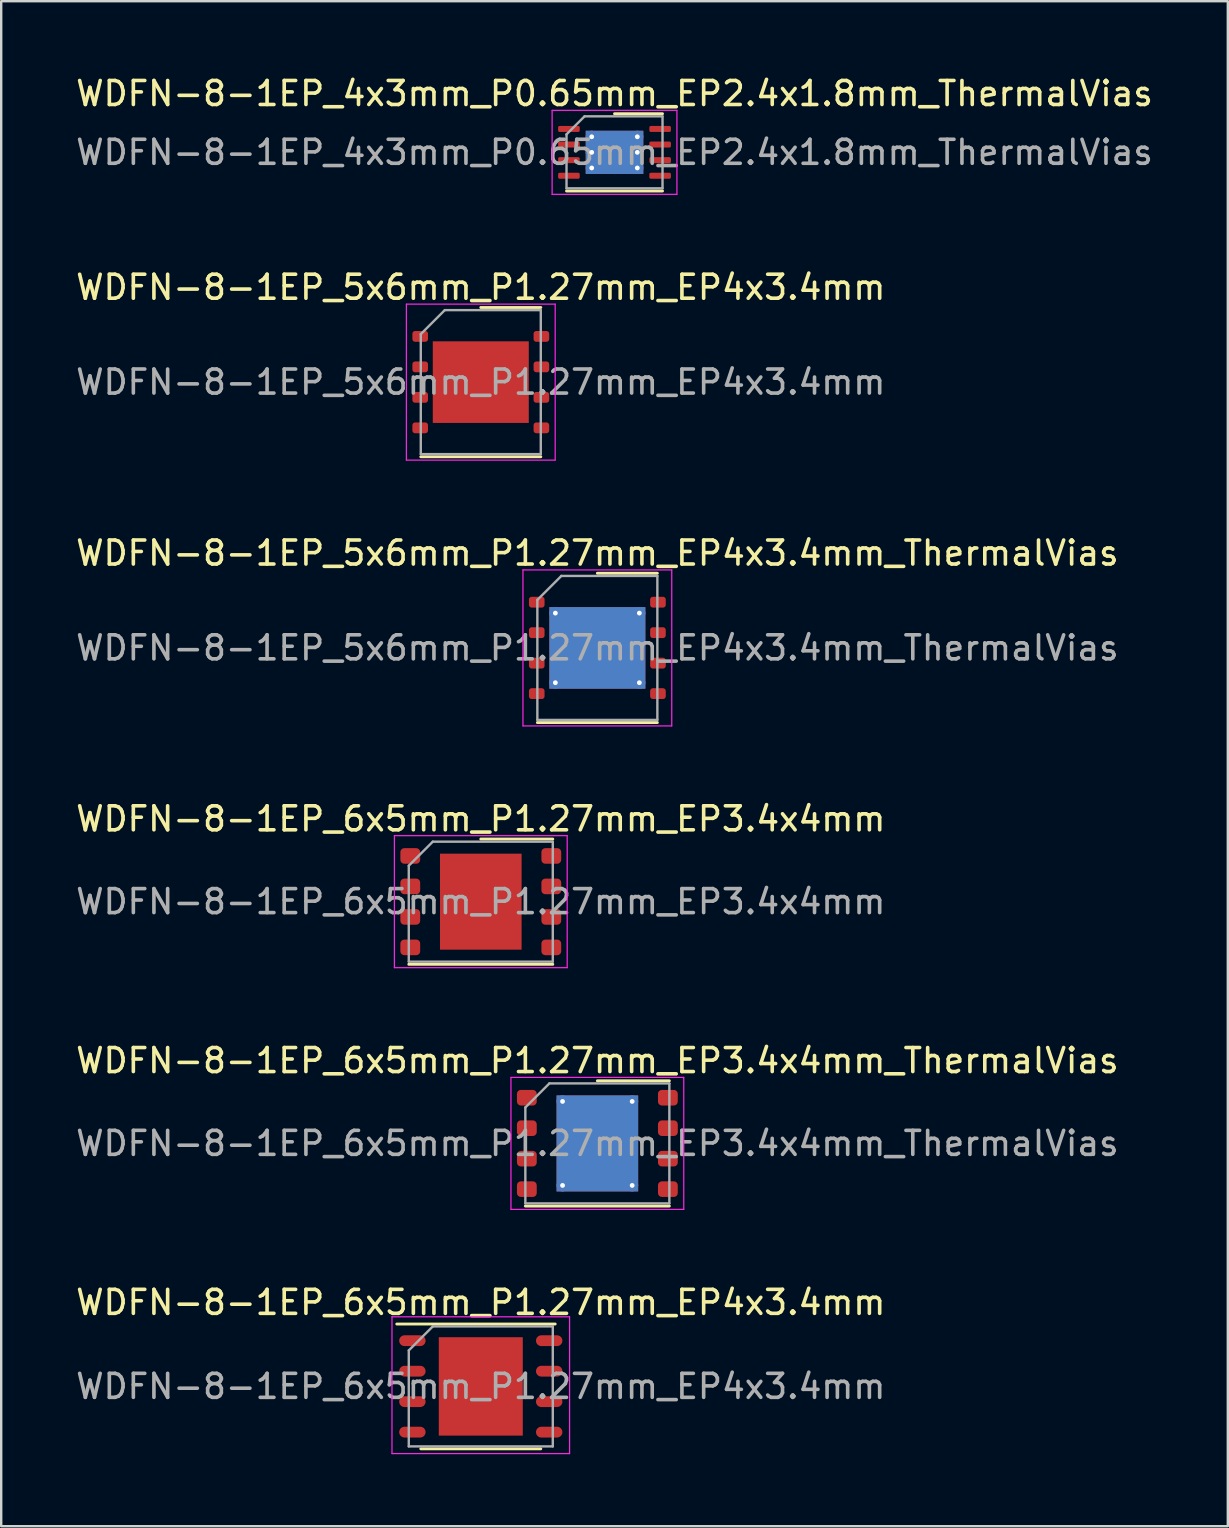
<source format=kicad_pcb>
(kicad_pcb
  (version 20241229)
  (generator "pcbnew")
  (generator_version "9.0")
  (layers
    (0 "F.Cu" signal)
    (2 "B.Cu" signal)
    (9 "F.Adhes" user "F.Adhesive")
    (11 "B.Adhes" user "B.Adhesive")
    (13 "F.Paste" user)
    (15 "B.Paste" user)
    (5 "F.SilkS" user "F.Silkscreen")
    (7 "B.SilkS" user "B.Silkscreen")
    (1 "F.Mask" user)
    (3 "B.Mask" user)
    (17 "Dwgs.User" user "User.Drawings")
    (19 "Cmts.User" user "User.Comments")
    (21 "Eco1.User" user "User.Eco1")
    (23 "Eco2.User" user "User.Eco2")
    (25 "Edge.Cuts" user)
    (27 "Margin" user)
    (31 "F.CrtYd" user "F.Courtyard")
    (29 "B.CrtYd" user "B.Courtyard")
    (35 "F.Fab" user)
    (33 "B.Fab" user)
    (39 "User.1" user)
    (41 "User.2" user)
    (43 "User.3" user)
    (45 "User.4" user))
  (footprint "WDFN-8-1EP_6x5mm_P1.27mm_EP3.4x4mm_ThermalVias"
    (layer "F.Cu")
    (at 21.839 44.591)
    (property "Reference" "WDFN-8-1EP_6x5mm_P1.27mm_EP3.4x4mm_ThermalVias" (at 0 -3.45 0) (layer "F.SilkS") (effects (font (size 1 1) (thickness 0.15))))
    (attr smd)
    (fp_line (start -3 2.61) (end 3 2.61) (stroke (width 0.12) (type solid)) (layer "F.SilkS"))
    (fp_line (start 0 -2.61) (end 3 -2.61) (stroke (width 0.12) (type solid)) (layer "F.SilkS"))
    (fp_line (start -3.6 -2.75) (end -3.6 2.75) (stroke (width 0.05) (type solid)) (layer "F.CrtYd"))
    (fp_line (start -3.6 2.75) (end 3.6 2.75) (stroke (width 0.05) (type solid)) (layer "F.CrtYd"))
    (fp_line (start 3.6 -2.75) (end -3.6 -2.75) (stroke (width 0.05) (type solid)) (layer "F.CrtYd"))
    (fp_line (start 3.6 2.75) (end 3.6 -2.75) (stroke (width 0.05) (type solid)) (layer "F.CrtYd"))
    (fp_line (start -3 -1.5) (end -2 -2.5) (stroke (width 0.1) (type solid)) (layer "F.Fab"))
    (fp_line (start -3 2.5) (end -3 -1.5) (stroke (width 0.1) (type solid)) (layer "F.Fab"))
    (fp_line (start -2 -2.5) (end 3 -2.5) (stroke (width 0.1) (type solid)) (layer "F.Fab"))
    (fp_line (start 3 -2.5) (end 3 2.5) (stroke (width 0.1) (type solid)) (layer "F.Fab"))
    (fp_line (start 3 2.5) (end -3 2.5) (stroke (width 0.1) (type solid)) (layer "F.Fab"))
    (fp_text user "${REFERENCE}" (at 0 0 0) (layer "F.Fab") (effects (font (size 1 1) (thickness 0.15))))
    (pad "" smd roundrect (at -0.85 -1) (size 1.47 1.73) (layers "F.Paste") (roundrect_rratio 0.17))
    (pad "" smd roundrect (at -0.85 1) (size 1.47 1.73) (layers "F.Paste") (roundrect_rratio 0.17))
    (pad "" smd roundrect (at 0.85 -1) (size 1.47 1.73) (layers "F.Paste") (roundrect_rratio 0.17))
    (pad "" smd roundrect (at 0.85 1) (size 1.47 1.73) (layers "F.Paste") (roundrect_rratio 0.17))
    (pad "1" smd roundrect (at -2.938 -1.905) (size 0.825 0.65) (layers "F.Cu" "F.Mask" "F.Paste") (roundrect_rratio 0.25))
    (pad "2" smd roundrect (at -2.938 -0.635) (size 0.825 0.65) (layers "F.Cu" "F.Mask" "F.Paste") (roundrect_rratio 0.25))
    (pad "3" smd roundrect (at -2.938 0.635) (size 0.825 0.65) (layers "F.Cu" "F.Mask" "F.Paste") (roundrect_rratio 0.25))
    (pad "4" smd roundrect (at -2.938 1.905) (size 0.825 0.65) (layers "F.Cu" "F.Mask" "F.Paste") (roundrect_rratio 0.25))
    (pad "5" smd roundrect (at 2.938 1.905) (size 0.825 0.65) (layers "F.Cu" "F.Mask" "F.Paste") (roundrect_rratio 0.25))
    (pad "6" smd roundrect (at 2.938 0.635) (size 0.825 0.65) (layers "F.Cu" "F.Mask" "F.Paste") (roundrect_rratio 0.25))
    (pad "7" smd roundrect (at 2.938 -0.635) (size 0.825 0.65) (layers "F.Cu" "F.Mask" "F.Paste") (roundrect_rratio 0.25))
    (pad "8" smd roundrect (at 2.938 -1.905) (size 0.825 0.65) (layers "F.Cu" "F.Mask" "F.Paste") (roundrect_rratio 0.25))
    (pad "9" thru_hole circle (at -1.45 -1.75) (size 0.5 0.5) (drill 0.2) (layers "*.Cu"))
    (pad "9" thru_hole circle (at -1.45 1.75) (size 0.5 0.5) (drill 0.2) (layers "*.Cu"))
    (pad "9" smd rect (at 0 0) (size 3.4 4) (layers "F.Cu" "F.Mask"))
    (pad "9" smd rect (at 0 0) (size 3.4 4) (layers "B.Cu"))
    (pad "9" thru_hole circle (at 1.45 -1.75) (size 0.5 0.5) (drill 0.2) (layers "*.Cu"))
    (pad "9" thru_hole circle (at 1.45 1.75) (size 0.5 0.5) (drill 0.2) (layers "*.Cu")))
  (footprint "WDFN-8-1EP_5x6mm_P1.27mm_EP4x3.4mm_ThermalVias"
    (layer "F.Cu")
    (at 21.839 23.945)
    (property "Reference" "WDFN-8-1EP_5x6mm_P1.27mm_EP4x3.4mm_ThermalVias" (at 0 -3.95 0) (layer "F.SilkS") (effects (font (size 1 1) (thickness 0.15))))
    (attr smd)
    (fp_line (start -2.5 3.11) (end 2.5 3.11) (stroke (width 0.12) (type solid)) (layer "F.SilkS"))
    (fp_line (start 0 -3.11) (end 2.5 -3.11) (stroke (width 0.12) (type solid)) (layer "F.SilkS"))
    (fp_line (start -3.1 -3.25) (end -3.1 3.25) (stroke (width 0.05) (type solid)) (layer "F.CrtYd"))
    (fp_line (start -3.1 3.25) (end 3.1 3.25) (stroke (width 0.05) (type solid)) (layer "F.CrtYd"))
    (fp_line (start 3.1 -3.25) (end -3.1 -3.25) (stroke (width 0.05) (type solid)) (layer "F.CrtYd"))
    (fp_line (start 3.1 3.25) (end 3.1 -3.25) (stroke (width 0.05) (type solid)) (layer "F.CrtYd"))
    (fp_line (start -2.5 -2) (end -1.5 -3) (stroke (width 0.1) (type solid)) (layer "F.Fab"))
    (fp_line (start -2.5 3) (end -2.5 -2) (stroke (width 0.1) (type solid)) (layer "F.Fab"))
    (fp_line (start -1.5 -3) (end 2.5 -3) (stroke (width 0.1) (type solid)) (layer "F.Fab"))
    (fp_line (start 2.5 -3) (end 2.5 3) (stroke (width 0.1) (type solid)) (layer "F.Fab"))
    (fp_line (start 2.5 3) (end -2.5 3) (stroke (width 0.1) (type solid)) (layer "F.Fab"))
    (fp_text user "${REFERENCE}" (at 0 0 0) (layer "F.Fab") (effects (font (size 1 1) (thickness 0.15))))
    (pad "" smd roundrect (at -1 -0.85) (size 1.73 1.47) (layers "F.Paste") (roundrect_rratio 0.17))
    (pad "" smd roundrect (at -1 0.85) (size 1.73 1.47) (layers "F.Paste") (roundrect_rratio 0.17))
    (pad "" smd roundrect (at 1 -0.85) (size 1.73 1.47) (layers "F.Paste") (roundrect_rratio 0.17))
    (pad "" smd roundrect (at 1 0.85) (size 1.73 1.47) (layers "F.Paste") (roundrect_rratio 0.17))
    (pad "1" smd roundrect (at -2.525 -1.905) (size 0.65 0.45) (layers "F.Cu" "F.Mask" "F.Paste") (roundrect_rratio 0.25))
    (pad "2" smd roundrect (at -2.525 -0.635) (size 0.65 0.45) (layers "F.Cu" "F.Mask" "F.Paste") (roundrect_rratio 0.25))
    (pad "3" smd roundrect (at -2.525 0.635) (size 0.65 0.45) (layers "F.Cu" "F.Mask" "F.Paste") (roundrect_rratio 0.25))
    (pad "4" smd roundrect (at -2.525 1.905) (size 0.65 0.45) (layers "F.Cu" "F.Mask" "F.Paste") (roundrect_rratio 0.25))
    (pad "5" smd roundrect (at 2.525 1.905) (size 0.65 0.45) (layers "F.Cu" "F.Mask" "F.Paste") (roundrect_rratio 0.25))
    (pad "6" smd roundrect (at 2.525 0.635) (size 0.65 0.45) (layers "F.Cu" "F.Mask" "F.Paste") (roundrect_rratio 0.25))
    (pad "7" smd roundrect (at 2.525 -0.635) (size 0.65 0.45) (layers "F.Cu" "F.Mask" "F.Paste") (roundrect_rratio 0.25))
    (pad "8" smd roundrect (at 2.525 -1.905) (size 0.65 0.45) (layers "F.Cu" "F.Mask" "F.Paste") (roundrect_rratio 0.25))
    (pad "9" thru_hole circle (at -1.75 -1.45) (size 0.5 0.5) (drill 0.2) (layers "*.Cu"))
    (pad "9" thru_hole circle (at -1.75 1.45) (size 0.5 0.5) (drill 0.2) (layers "*.Cu"))
    (pad "9" smd rect (at 0 0) (size 4 3.4) (layers "F.Cu" "F.Mask"))
    (pad "9" smd rect (at 0 0) (size 4 3.4) (layers "B.Cu"))
    (pad "9" thru_hole circle (at 1.75 -1.45) (size 0.5 0.5) (drill 0.2) (layers "*.Cu"))
    (pad "9" thru_hole circle (at 1.75 1.45) (size 0.5 0.5) (drill 0.2) (layers "*.Cu")))
  (footprint "WDFN-8-1EP_4x3mm_P0.65mm_EP2.4x1.8mm_ThermalVias"
    (layer "F.Cu")
    (at 22.554 3.298)
    (property "Reference" "WDFN-8-1EP_4x3mm_P0.65mm_EP2.4x1.8mm_ThermalVias" (at 0 -2.45 0) (layer "F.SilkS") (effects (font (size 1 1) (thickness 0.15))))
    (attr smd)
    (fp_line (start -2 1.61) (end 2 1.61) (stroke (width 0.12) (type solid)) (layer "F.SilkS"))
    (fp_line (start 0 -1.61) (end 2 -1.61) (stroke (width 0.12) (type solid)) (layer "F.SilkS"))
    (fp_line (start -2.6 -1.75) (end -2.6 1.75) (stroke (width 0.05) (type solid)) (layer "F.CrtYd"))
    (fp_line (start -2.6 1.75) (end 2.6 1.75) (stroke (width 0.05) (type solid)) (layer "F.CrtYd"))
    (fp_line (start 2.6 -1.75) (end -2.6 -1.75) (stroke (width 0.05) (type solid)) (layer "F.CrtYd"))
    (fp_line (start 2.6 1.75) (end 2.6 -1.75) (stroke (width 0.05) (type solid)) (layer "F.CrtYd"))
    (fp_line (start -2 -0.75) (end -1.25 -1.5) (stroke (width 0.1) (type solid)) (layer "F.Fab"))
    (fp_line (start -2 1.5) (end -2 -0.75) (stroke (width 0.1) (type solid)) (layer "F.Fab"))
    (fp_line (start -1.25 -1.5) (end 2 -1.5) (stroke (width 0.1) (type solid)) (layer "F.Fab"))
    (fp_line (start 2 -1.5) (end 2 1.5) (stroke (width 0.1) (type solid)) (layer "F.Fab"))
    (fp_line (start 2 1.5) (end -2 1.5) (stroke (width 0.1) (type solid)) (layer "F.Fab"))
    (fp_text user "${REFERENCE}" (at 0 0 0) (layer "F.Fab") (effects (font (size 1 1) (thickness 0.15))))
    (pad "" smd roundrect (at -0.6 -0.45) (size 0.97 0.73) (layers "F.Paste") (roundrect_rratio 0.25))
    (pad "" smd roundrect (at -0.6 0.45) (size 0.97 0.73) (layers "F.Paste") (roundrect_rratio 0.25))
    (pad "" smd roundrect (at 0.6 -0.45) (size 0.97 0.73) (layers "F.Paste") (roundrect_rratio 0.25))
    (pad "" smd roundrect (at 0.6 0.45) (size 0.97 0.73) (layers "F.Paste") (roundrect_rratio 0.25))
    (pad "1" smd roundrect (at -1.9 -0.975) (size 0.9 0.25) (layers "F.Cu" "F.Mask" "F.Paste") (roundrect_rratio 0.25))
    (pad "2" smd roundrect (at -1.9 -0.325) (size 0.9 0.25) (layers "F.Cu" "F.Mask" "F.Paste") (roundrect_rratio 0.25))
    (pad "3" smd roundrect (at -1.9 0.325) (size 0.9 0.25) (layers "F.Cu" "F.Mask" "F.Paste") (roundrect_rratio 0.25))
    (pad "4" smd roundrect (at -1.9 0.975) (size 0.9 0.25) (layers "F.Cu" "F.Mask" "F.Paste") (roundrect_rratio 0.25))
    (pad "5" smd roundrect (at 1.9 0.975) (size 0.9 0.25) (layers "F.Cu" "F.Mask" "F.Paste") (roundrect_rratio 0.25))
    (pad "6" smd roundrect (at 1.9 0.325) (size 0.9 0.25) (layers "F.Cu" "F.Mask" "F.Paste") (roundrect_rratio 0.25))
    (pad "7" smd roundrect (at 1.9 -0.325) (size 0.9 0.25) (layers "F.Cu" "F.Mask" "F.Paste") (roundrect_rratio 0.25))
    (pad "8" smd roundrect (at 1.9 -0.975) (size 0.9 0.25) (layers "F.Cu" "F.Mask" "F.Paste") (roundrect_rratio 0.25))
    (pad "9" thru_hole circle (at -0.95 -0.65) (size 0.5 0.5) (drill 0.2) (layers "*.Cu"))
    (pad "9" thru_hole circle (at -0.95 0) (size 0.5 0.5) (drill 0.2) (layers "*.Cu"))
    (pad "9" thru_hole circle (at -0.95 0.65) (size 0.5 0.5) (drill 0.2) (layers "*.Cu"))
    (pad "9" smd rect (at 0 0) (size 2.4 1.8) (layers "F.Cu" "F.Mask"))
    (pad "9" smd rect (at 0 0) (size 2.4 1.8) (layers "B.Cu"))
    (pad "9" thru_hole circle (at 0.95 -0.65) (size 0.5 0.5) (drill 0.2) (layers "*.Cu"))
    (pad "9" thru_hole circle (at 0.95 0) (size 0.5 0.5) (drill 0.2) (layers "*.Cu"))
    (pad "9" thru_hole circle (at 0.95 0.65) (size 0.5 0.5) (drill 0.2) (layers "*.Cu")))
  (footprint "WDFN-8-1EP_6x5mm_P1.27mm_EP4x3.4mm"
    (layer "F.Cu")
    (at 16.982 54.715)
    (property "Reference" "WDFN-8-1EP_6x5mm_P1.27mm_EP4x3.4mm" (at 0 -3.5 0) (layer "F.SilkS") (effects (font (size 1 1) (thickness 0.15))))
    (attr smd)
    (fp_line (start -3.5 -2.6) (end 3.1 -2.6) (stroke (width 0.12) (type solid)) (layer "F.SilkS"))
    (fp_line (start -2.5 2.6) (end 2.5 2.6) (stroke (width 0.12) (type solid)) (layer "F.SilkS"))
    (fp_line (start -3.7 -2.9) (end 3.7 -2.9) (stroke (width 0.05) (type solid)) (layer "F.CrtYd"))
    (fp_line (start -3.7 2.8) (end -3.7 -2.9) (stroke (width 0.05) (type solid)) (layer "F.CrtYd"))
    (fp_line (start 3.7 -2.9) (end 3.7 2.8) (stroke (width 0.05) (type solid)) (layer "F.CrtYd"))
    (fp_line (start 3.7 2.8) (end -3.7 2.8) (stroke (width 0.05) (type solid)) (layer "F.CrtYd"))
    (fp_line (start -3 2.5) (end -3 -1.5) (stroke (width 0.1) (type solid)) (layer "F.Fab"))
    (fp_line (start -2 -2.5) (end -3 -1.5) (stroke (width 0.1) (type solid)) (layer "F.Fab"))
    (fp_line (start -2 -2.5) (end 3 -2.5) (stroke (width 0.1) (type solid)) (layer "F.Fab"))
    (fp_line (start 3 -2.5) (end 3 2.5) (stroke (width 0.1) (type solid)) (layer "F.Fab"))
    (fp_line (start 3 2.5) (end -3 2.5) (stroke (width 0.1) (type solid)) (layer "F.Fab"))
    (fp_text user "${REFERENCE}" (at 0 0 0) (layer "F.Fab") (effects (font (size 1 1) (thickness 0.15))))
    (pad "" smd rect (at -1.35 -1.5) (size 0.5 0.8) (layers "F.Paste"))
    (pad "" smd rect (at -1.35 -0.5) (size 0.5 0.8) (layers "F.Paste"))
    (pad "" smd rect (at -1.35 0.5) (size 0.5 0.8) (layers "F.Paste"))
    (pad "" smd rect (at -1.35 1.5) (size 0.5 0.8) (layers "F.Paste"))
    (pad "" smd rect (at -0.5 -1.5) (size 0.8 0.8) (layers "F.Paste"))
    (pad "" smd rect (at -0.5 -0.5) (size 0.8 0.8) (layers "F.Paste"))
    (pad "" smd rect (at -0.5 0.5) (size 0.8 0.8) (layers "F.Paste"))
    (pad "" smd rect (at -0.5 1.5) (size 0.8 0.8) (layers "F.Paste"))
    (pad "" smd rect (at 0.5 -1.5) (size 0.8 0.8) (layers "F.Paste"))
    (pad "" smd rect (at 0.5 -0.5) (size 0.8 0.8) (layers "F.Paste"))
    (pad "" smd rect (at 0.5 0.5) (size 0.8 0.8) (layers "F.Paste"))
    (pad "" smd rect (at 0.5 1.5) (size 0.8 0.8) (layers "F.Paste"))
    (pad "" smd rect (at 1.35 -1.5) (size 0.5 0.8) (layers "F.Paste"))
    (pad "" smd rect (at 1.35 -0.5) (size 0.5 0.8) (layers "F.Paste"))
    (pad "" smd rect (at 1.35 0.5) (size 0.5 0.8) (layers "F.Paste"))
    (pad "" smd rect (at 1.35 1.5) (size 0.5 0.8) (layers "F.Paste"))
    (pad "1" smd oval (at -2.85 -1.905) (size 1.1 0.45) (layers "F.Cu" "F.Mask" "F.Paste"))
    (pad "2" smd oval (at -2.85 -0.635) (size 1.1 0.45) (layers "F.Cu" "F.Mask" "F.Paste"))
    (pad "3" smd oval (at -2.85 0.635) (size 1.1 0.45) (layers "F.Cu" "F.Mask" "F.Paste"))
    (pad "4" smd oval (at -2.85 1.905) (size 1.1 0.45) (layers "F.Cu" "F.Mask" "F.Paste"))
    (pad "5" smd oval (at 2.85 1.905) (size 1.1 0.45) (layers "F.Cu" "F.Mask" "F.Paste"))
    (pad "6" smd oval (at 2.85 0.635) (size 1.1 0.45) (layers "F.Cu" "F.Mask" "F.Paste"))
    (pad "7" smd oval (at 2.85 -0.635) (size 1.1 0.45) (layers "F.Cu" "F.Mask" "F.Paste"))
    (pad "8" smd oval (at 2.85 -1.905) (size 1.1 0.45) (layers "F.Cu" "F.Mask" "F.Paste"))
    (pad "9" smd rect (at 0 0) (size 3.5 4.1) (layers "F.Cu" "F.Mask")))
  (footprint "WDFN-8-1EP_6x5mm_P1.27mm_EP3.4x4mm"
    (layer "F.Cu")
    (at 16.982 34.518)
    (property "Reference" "WDFN-8-1EP_6x5mm_P1.27mm_EP3.4x4mm" (at 0 -3.45 0) (layer "F.SilkS") (effects (font (size 1 1) (thickness 0.15))))
    (attr smd)
    (fp_line (start -3 2.61) (end 3 2.61) (stroke (width 0.12) (type solid)) (layer "F.SilkS"))
    (fp_line (start 0 -2.61) (end 3 -2.61) (stroke (width 0.12) (type solid)) (layer "F.SilkS"))
    (fp_line (start -3.6 -2.75) (end -3.6 2.75) (stroke (width 0.05) (type solid)) (layer "F.CrtYd"))
    (fp_line (start -3.6 2.75) (end 3.6 2.75) (stroke (width 0.05) (type solid)) (layer "F.CrtYd"))
    (fp_line (start 3.6 -2.75) (end -3.6 -2.75) (stroke (width 0.05) (type solid)) (layer "F.CrtYd"))
    (fp_line (start 3.6 2.75) (end 3.6 -2.75) (stroke (width 0.05) (type solid)) (layer "F.CrtYd"))
    (fp_line (start -3 -1.5) (end -2 -2.5) (stroke (width 0.1) (type solid)) (layer "F.Fab"))
    (fp_line (start -3 2.5) (end -3 -1.5) (stroke (width 0.1) (type solid)) (layer "F.Fab"))
    (fp_line (start -2 -2.5) (end 3 -2.5) (stroke (width 0.1) (type solid)) (layer "F.Fab"))
    (fp_line (start 3 -2.5) (end 3 2.5) (stroke (width 0.1) (type solid)) (layer "F.Fab"))
    (fp_line (start 3 2.5) (end -3 2.5) (stroke (width 0.1) (type solid)) (layer "F.Fab"))
    (fp_text user "${REFERENCE}" (at 0 0 0) (layer "F.Fab") (effects (font (size 1 1) (thickness 0.15))))
    (pad "" smd roundrect (at -0.85 -1) (size 1.37 1.61) (layers "F.Paste") (roundrect_rratio 0.182))
    (pad "" smd roundrect (at -0.85 1) (size 1.37 1.61) (layers "F.Paste") (roundrect_rratio 0.182))
    (pad "" smd roundrect (at 0.85 -1) (size 1.37 1.61) (layers "F.Paste") (roundrect_rratio 0.182))
    (pad "" smd roundrect (at 0.85 1) (size 1.37 1.61) (layers "F.Paste") (roundrect_rratio 0.182))
    (pad "1" smd roundrect (at -2.938 -1.905) (size 0.825 0.65) (layers "F.Cu" "F.Mask" "F.Paste") (roundrect_rratio 0.25))
    (pad "2" smd roundrect (at -2.938 -0.635) (size 0.825 0.65) (layers "F.Cu" "F.Mask" "F.Paste") (roundrect_rratio 0.25))
    (pad "3" smd roundrect (at -2.938 0.635) (size 0.825 0.65) (layers "F.Cu" "F.Mask" "F.Paste") (roundrect_rratio 0.25))
    (pad "4" smd roundrect (at -2.938 1.905) (size 0.825 0.65) (layers "F.Cu" "F.Mask" "F.Paste") (roundrect_rratio 0.25))
    (pad "5" smd roundrect (at 2.938 1.905) (size 0.825 0.65) (layers "F.Cu" "F.Mask" "F.Paste") (roundrect_rratio 0.25))
    (pad "6" smd roundrect (at 2.938 0.635) (size 0.825 0.65) (layers "F.Cu" "F.Mask" "F.Paste") (roundrect_rratio 0.25))
    (pad "7" smd roundrect (at 2.938 -0.635) (size 0.825 0.65) (layers "F.Cu" "F.Mask" "F.Paste") (roundrect_rratio 0.25))
    (pad "8" smd roundrect (at 2.938 -1.905) (size 0.825 0.65) (layers "F.Cu" "F.Mask" "F.Paste") (roundrect_rratio 0.25))
    (pad "9" smd rect (at 0 0) (size 3.4 4) (layers "F.Cu" "F.Mask")))
  (footprint "WDFN-8-1EP_5x6mm_P1.27mm_EP4x3.4mm"
    (layer "F.Cu")
    (at 16.982 12.871)
    (property "Reference" "WDFN-8-1EP_5x6mm_P1.27mm_EP4x3.4mm" (at 0 -3.95 0) (layer "F.SilkS") (effects (font (size 1 1) (thickness 0.15))))
    (attr smd)
    (fp_line (start -2.5 3.11) (end 2.5 3.11) (stroke (width 0.12) (type solid)) (layer "F.SilkS"))
    (fp_line (start 0 -3.11) (end 2.5 -3.11) (stroke (width 0.12) (type solid)) (layer "F.SilkS"))
    (fp_line (start -3.1 -3.25) (end -3.1 3.25) (stroke (width 0.05) (type solid)) (layer "F.CrtYd"))
    (fp_line (start -3.1 3.25) (end 3.1 3.25) (stroke (width 0.05) (type solid)) (layer "F.CrtYd"))
    (fp_line (start 3.1 -3.25) (end -3.1 -3.25) (stroke (width 0.05) (type solid)) (layer "F.CrtYd"))
    (fp_line (start 3.1 3.25) (end 3.1 -3.25) (stroke (width 0.05) (type solid)) (layer "F.CrtYd"))
    (fp_line (start -2.5 -2) (end -1.5 -3) (stroke (width 0.1) (type solid)) (layer "F.Fab"))
    (fp_line (start -2.5 3) (end -2.5 -2) (stroke (width 0.1) (type solid)) (layer "F.Fab"))
    (fp_line (start -1.5 -3) (end 2.5 -3) (stroke (width 0.1) (type solid)) (layer "F.Fab"))
    (fp_line (start 2.5 -3) (end 2.5 3) (stroke (width 0.1) (type solid)) (layer "F.Fab"))
    (fp_line (start 2.5 3) (end -2.5 3) (stroke (width 0.1) (type solid)) (layer "F.Fab"))
    (fp_text user "${REFERENCE}" (at 0 0 0) (layer "F.Fab") (effects (font (size 1 1) (thickness 0.15))))
    (pad "" smd roundrect (at -1 -0.85) (size 1.61 1.37) (layers "F.Paste") (roundrect_rratio 0.182))
    (pad "" smd roundrect (at -1 0.85) (size 1.61 1.37) (layers "F.Paste") (roundrect_rratio 0.182))
    (pad "" smd roundrect (at 1 -0.85) (size 1.61 1.37) (layers "F.Paste") (roundrect_rratio 0.182))
    (pad "" smd roundrect (at 1 0.85) (size 1.61 1.37) (layers "F.Paste") (roundrect_rratio 0.182))
    (pad "1" smd roundrect (at -2.525 -1.905) (size 0.65 0.45) (layers "F.Cu" "F.Mask" "F.Paste") (roundrect_rratio 0.25))
    (pad "2" smd roundrect (at -2.525 -0.635) (size 0.65 0.45) (layers "F.Cu" "F.Mask" "F.Paste") (roundrect_rratio 0.25))
    (pad "3" smd roundrect (at -2.525 0.635) (size 0.65 0.45) (layers "F.Cu" "F.Mask" "F.Paste") (roundrect_rratio 0.25))
    (pad "4" smd roundrect (at -2.525 1.905) (size 0.65 0.45) (layers "F.Cu" "F.Mask" "F.Paste") (roundrect_rratio 0.25))
    (pad "5" smd roundrect (at 2.525 1.905) (size 0.65 0.45) (layers "F.Cu" "F.Mask" "F.Paste") (roundrect_rratio 0.25))
    (pad "6" smd roundrect (at 2.525 0.635) (size 0.65 0.45) (layers "F.Cu" "F.Mask" "F.Paste") (roundrect_rratio 0.25))
    (pad "7" smd roundrect (at 2.525 -0.635) (size 0.65 0.45) (layers "F.Cu" "F.Mask" "F.Paste") (roundrect_rratio 0.25))
    (pad "8" smd roundrect (at 2.525 -1.905) (size 0.65 0.45) (layers "F.Cu" "F.Mask" "F.Paste") (roundrect_rratio 0.25))
    (pad "9" smd rect (at 0 0) (size 4 3.4) (layers "F.Cu" "F.Mask")))
  (gr_rect
    (start -3 -3)
    (end 48.107 60.539)
    (stroke (width 0.1) (type default))
    (fill no)
    (layer "Edge.Cuts")))
</source>
